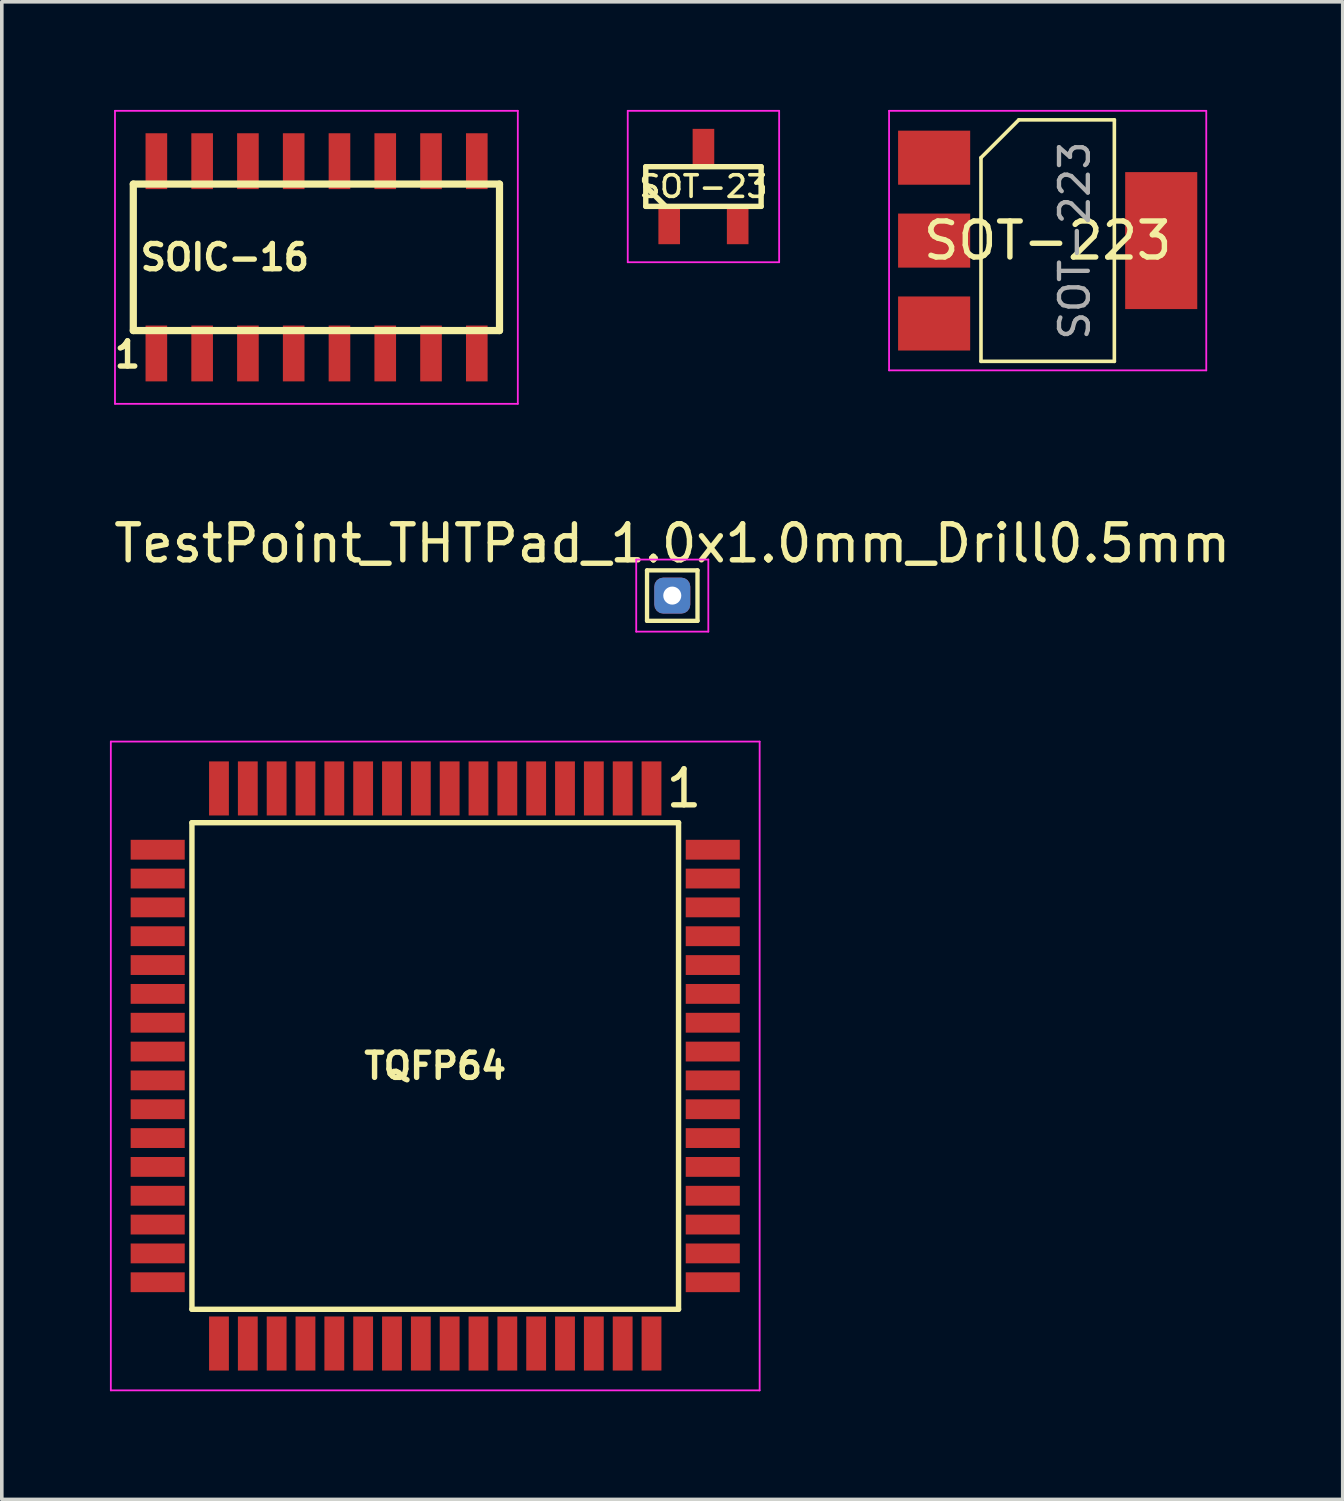
<source format=kicad_pcb>
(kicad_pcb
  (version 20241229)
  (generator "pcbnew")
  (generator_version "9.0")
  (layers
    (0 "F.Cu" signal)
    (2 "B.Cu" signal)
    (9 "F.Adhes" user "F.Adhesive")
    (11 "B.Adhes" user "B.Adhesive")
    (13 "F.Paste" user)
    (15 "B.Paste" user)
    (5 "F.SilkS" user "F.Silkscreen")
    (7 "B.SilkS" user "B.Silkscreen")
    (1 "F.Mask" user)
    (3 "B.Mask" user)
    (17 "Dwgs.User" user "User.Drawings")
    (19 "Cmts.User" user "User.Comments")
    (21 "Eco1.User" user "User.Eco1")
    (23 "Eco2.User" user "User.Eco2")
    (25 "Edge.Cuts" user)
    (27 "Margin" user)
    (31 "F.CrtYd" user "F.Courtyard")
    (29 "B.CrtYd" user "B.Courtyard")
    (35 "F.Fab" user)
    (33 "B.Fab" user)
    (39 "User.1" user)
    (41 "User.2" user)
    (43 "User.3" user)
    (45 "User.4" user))
  (footprint "TQFP64"
    (layer "F.Cu")
    (at 9.025 26.524)
    (property "Reference" "TQFP64" (at 0 0 0) (layer "F.SilkS") (effects (font (size 0.7 0.7) (thickness 0.15))))
    (attr through_hole)
    (fp_line (start -6.75 -6.75) (end -6.75 6.75) (stroke (width 0.15) (type solid)) (layer "F.SilkS"))
    (fp_line (start -6.75 6.75) (end 6.75 6.75) (stroke (width 0.15) (type solid)) (layer "F.SilkS"))
    (fp_line (start 6.75 -6.75) (end -6.75 -6.75) (stroke (width 0.15) (type solid)) (layer "F.SilkS"))
    (fp_line (start 6.75 6.75) (end 6.75 -6.75) (stroke (width 0.15) (type solid)) (layer "F.SilkS"))
    (fp_line (start -9 -9) (end 9 -9) (stroke (width 0.05) (type solid)) (layer "F.CrtYd"))
    (fp_line (start -9 9) (end -9 -9) (stroke (width 0.05) (type solid)) (layer "F.CrtYd"))
    (fp_line (start 9 -9) (end 9 9) (stroke (width 0.05) (type solid)) (layer "F.CrtYd"))
    (fp_line (start 9 9) (end -9 9) (stroke (width 0.05) (type solid)) (layer "F.CrtYd"))
    (fp_text user "1" (at 6.9 -7.7 180) (layer "F.SilkS") (effects (font (size 1 1) (thickness 0.15))))
    (pad "1" smd rect (at 6 -7.7) (size 0.55 1.5) (layers "F.Cu" "F.Mask"))
    (pad "2" smd rect (at 5.2 -7.7) (size 0.55 1.5) (layers "F.Cu" "F.Mask"))
    (pad "3" smd rect (at 4.4 -7.7) (size 0.55 1.5) (layers "F.Cu" "F.Mask"))
    (pad "4" smd rect (at 3.6 -7.7) (size 0.55 1.5) (layers "F.Cu" "F.Mask"))
    (pad "5" smd rect (at 2.8 -7.7) (size 0.55 1.5) (layers "F.Cu" "F.Mask"))
    (pad "6" smd rect (at 2 -7.7) (size 0.55 1.5) (layers "F.Cu" "F.Mask"))
    (pad "7" smd rect (at 1.2 -7.7) (size 0.55 1.5) (layers "F.Cu" "F.Mask"))
    (pad "8" smd rect (at 0.4 -7.7) (size 0.55 1.5) (layers "F.Cu" "F.Mask"))
    (pad "9" smd rect (at -0.4 -7.7) (size 0.55 1.5) (layers "F.Cu" "F.Mask"))
    (pad "10" smd rect (at -1.2 -7.7) (size 0.55 1.5) (layers "F.Cu" "F.Mask"))
    (pad "11" smd rect (at -2 -7.7) (size 0.55 1.5) (layers "F.Cu" "F.Mask"))
    (pad "12" smd rect (at -2.8 -7.7) (size 0.55 1.5) (layers "F.Cu" "F.Mask"))
    (pad "13" smd rect (at -3.6 -7.7) (size 0.55 1.5) (layers "F.Cu" "F.Mask"))
    (pad "14" smd rect (at -4.4 -7.7) (size 0.55 1.5) (layers "F.Cu" "F.Mask"))
    (pad "15" smd rect (at -5.2 -7.7) (size 0.55 1.5) (layers "F.Cu" "F.Mask"))
    (pad "16" smd rect (at -6 -7.7) (size 0.55 1.5) (layers "F.Cu" "F.Mask"))
    (pad "17" smd rect (at -7.7 -6 270) (size 0.55 1.5) (layers "F.Cu" "F.Mask"))
    (pad "18" smd rect (at -7.7 -5.2 270) (size 0.55 1.5) (layers "F.Cu" "F.Mask"))
    (pad "19" smd rect (at -7.7 -4.4 270) (size 0.55 1.5) (layers "F.Cu" "F.Mask"))
    (pad "20" smd rect (at -7.7 -3.6 270) (size 0.55 1.5) (layers "F.Cu" "F.Mask"))
    (pad "21" smd rect (at -7.7 -2.8 270) (size 0.55 1.5) (layers "F.Cu" "F.Mask"))
    (pad "22" smd rect (at -7.7 -2 270) (size 0.55 1.5) (layers "F.Cu" "F.Mask"))
    (pad "23" smd rect (at -7.7 -1.2 270) (size 0.55 1.5) (layers "F.Cu" "F.Mask"))
    (pad "24" smd rect (at -7.7 -0.4 270) (size 0.55 1.5) (layers "F.Cu" "F.Mask"))
    (pad "25" smd rect (at -7.7 0.4 270) (size 0.55 1.5) (layers "F.Cu" "F.Mask"))
    (pad "26" smd rect (at -7.7 1.2 270) (size 0.55 1.5) (layers "F.Cu" "F.Mask"))
    (pad "27" smd rect (at -7.7 2 270) (size 0.55 1.5) (layers "F.Cu" "F.Mask"))
    (pad "28" smd rect (at -7.7 2.8 270) (size 0.55 1.5) (layers "F.Cu" "F.Mask"))
    (pad "29" smd rect (at -7.7 3.6 270) (size 0.55 1.5) (layers "F.Cu" "F.Mask"))
    (pad "30" smd rect (at -7.7 4.4 270) (size 0.55 1.5) (layers "F.Cu" "F.Mask"))
    (pad "31" smd rect (at -7.7 5.2 270) (size 0.55 1.5) (layers "F.Cu" "F.Mask"))
    (pad "32" smd rect (at -7.7 6 270) (size 0.55 1.5) (layers "F.Cu" "F.Mask"))
    (pad "33" smd rect (at -6 7.7 180) (size 0.55 1.5) (layers "F.Cu" "F.Mask"))
    (pad "34" smd rect (at -5.2 7.7 180) (size 0.55 1.5) (layers "F.Cu" "F.Mask"))
    (pad "35" smd rect (at -4.4 7.7 180) (size 0.55 1.5) (layers "F.Cu" "F.Mask"))
    (pad "36" smd rect (at -3.6 7.7 180) (size 0.55 1.5) (layers "F.Cu" "F.Mask"))
    (pad "37" smd rect (at -2.8 7.7 180) (size 0.55 1.5) (layers "F.Cu" "F.Mask"))
    (pad "38" smd rect (at -2 7.7 180) (size 0.55 1.5) (layers "F.Cu" "F.Mask"))
    (pad "39" smd rect (at -1.2 7.7 180) (size 0.55 1.5) (layers "F.Cu" "F.Mask"))
    (pad "40" smd rect (at -0.4 7.7 180) (size 0.55 1.5) (layers "F.Cu" "F.Mask"))
    (pad "41" smd rect (at 0.4 7.7 180) (size 0.55 1.5) (layers "F.Cu" "F.Mask"))
    (pad "42" smd rect (at 1.2 7.7 180) (size 0.55 1.5) (layers "F.Cu" "F.Mask"))
    (pad "43" smd rect (at 2 7.7 180) (size 0.55 1.5) (layers "F.Cu" "F.Mask"))
    (pad "44" smd rect (at 2.8 7.7 180) (size 0.55 1.5) (layers "F.Cu" "F.Mask"))
    (pad "45" smd rect (at 3.6 7.7 180) (size 0.55 1.5) (layers "F.Cu" "F.Mask"))
    (pad "46" smd rect (at 4.4 7.7 180) (size 0.55 1.5) (layers "F.Cu" "F.Mask"))
    (pad "47" smd rect (at 5.2 7.7 180) (size 0.55 1.5) (layers "F.Cu" "F.Mask"))
    (pad "48" smd rect (at 6 7.7 180) (size 0.55 1.5) (layers "F.Cu" "F.Mask"))
    (pad "49" smd rect (at 7.7 6 270) (size 0.55 1.5) (layers "F.Cu" "F.Mask"))
    (pad "50" smd rect (at 7.7 5.2 270) (size 0.55 1.5) (layers "F.Cu" "F.Mask"))
    (pad "51" smd rect (at 7.7 4.4 270) (size 0.55 1.5) (layers "F.Cu" "F.Mask"))
    (pad "52" smd rect (at 7.7 3.6 270) (size 0.55 1.5) (layers "F.Cu" "F.Mask"))
    (pad "53" smd rect (at 7.7 2.8 270) (size 0.55 1.5) (layers "F.Cu" "F.Mask"))
    (pad "54" smd rect (at 7.7 2 270) (size 0.55 1.5) (layers "F.Cu" "F.Mask"))
    (pad "55" smd rect (at 7.7 1.2 270) (size 0.55 1.5) (layers "F.Cu" "F.Mask"))
    (pad "56" smd rect (at 7.7 0.4 270) (size 0.55 1.5) (layers "F.Cu" "F.Mask"))
    (pad "57" smd rect (at 7.7 -0.4 270) (size 0.55 1.5) (layers "F.Cu" "F.Mask"))
    (pad "58" smd rect (at 7.7 -1.2 270) (size 0.55 1.5) (layers "F.Cu" "F.Mask"))
    (pad "59" smd rect (at 7.7 -2 270) (size 0.55 1.5) (layers "F.Cu" "F.Mask"))
    (pad "60" smd rect (at 7.7 -2.8 270) (size 0.55 1.5) (layers "F.Cu" "F.Mask"))
    (pad "61" smd rect (at 7.7 -3.6 270) (size 0.55 1.5) (layers "F.Cu" "F.Mask"))
    (pad "62" smd rect (at 7.7 -4.4 270) (size 0.55 1.5) (layers "F.Cu" "F.Mask"))
    (pad "63" smd rect (at 7.7 -5.2 270) (size 0.55 1.5) (layers "F.Cu" "F.Mask"))
    (pad "64" smd rect (at 7.7 -6 270) (size 0.55 1.5) (layers "F.Cu" "F.Mask")))
  (footprint "SOIC-16"
    (layer "F.Cu")
    (at 5.728 4.089)
    (property "Reference" "SOIC-16" (at -2.54 0 0) (layer "F.SilkS") (effects (font (size 0.7 0.7) (thickness 0.15))))
    (attr through_hole)
    (fp_line (start -5.08 -2.032) (end -5.08 2.032) (stroke (width 0.2) (type solid)) (layer "F.SilkS"))
    (fp_line (start -5.08 -2.032) (end 5.08 -2.032) (stroke (width 0.2) (type solid)) (layer "F.SilkS"))
    (fp_line (start -5.08 2.032) (end 5.08 2.032) (stroke (width 0.2) (type solid)) (layer "F.SilkS"))
    (fp_line (start 5.08 -2.032) (end 5.08 2.032) (stroke (width 0.2) (type solid)) (layer "F.SilkS"))
    (fp_line (start -5.588 -4.064) (end -5.588 4.064) (stroke (width 0.05) (type solid)) (layer "F.CrtYd"))
    (fp_line (start -5.588 -4.064) (end 5.588 -4.064) (stroke (width 0.05) (type solid)) (layer "F.CrtYd"))
    (fp_line (start -5.588 4.064) (end 5.588 4.064) (stroke (width 0.05) (type solid)) (layer "F.CrtYd"))
    (fp_line (start 5.588 -4.064) (end 5.588 4.064) (stroke (width 0.05) (type solid)) (layer "F.CrtYd"))
    (fp_text user "1" (at -5.24 2.7 0) (layer "F.SilkS") (effects (font (size 0.7 0.7) (thickness 0.15))))
    (pad "1" smd rect (at -4.44 2.667) (size 0.6 1.55) (layers "F.Cu" "F.Mask"))
    (pad "2" smd rect (at -3.17 2.667) (size 0.6 1.55) (layers "F.Cu" "F.Mask"))
    (pad "3" smd rect (at -1.9 2.667) (size 0.6 1.55) (layers "F.Cu" "F.Mask"))
    (pad "4" smd rect (at -0.63 2.667) (size 0.6 1.55) (layers "F.Cu" "F.Mask"))
    (pad "5" smd rect (at 0.64 2.667) (size 0.6 1.55) (layers "F.Cu" "F.Mask"))
    (pad "6" smd rect (at 1.91 2.667) (size 0.6 1.55) (layers "F.Cu" "F.Mask"))
    (pad "7" smd rect (at 3.18 2.667) (size 0.6 1.55) (layers "F.Cu" "F.Mask"))
    (pad "8" smd rect (at 4.45 2.667) (size 0.6 1.55) (layers "F.Cu" "F.Mask"))
    (pad "9" smd rect (at 4.45 -2.667) (size 0.6 1.55) (layers "F.Cu" "F.Mask"))
    (pad "10" smd rect (at 3.18 -2.667) (size 0.6 1.55) (layers "F.Cu" "F.Mask"))
    (pad "11" smd rect (at 1.91 -2.667) (size 0.6 1.55) (layers "F.Cu" "F.Mask"))
    (pad "12" smd rect (at 0.64 -2.667) (size 0.6 1.55) (layers "F.Cu" "F.Mask"))
    (pad "13" smd rect (at -0.63 -2.667) (size 0.6 1.55) (layers "F.Cu" "F.Mask"))
    (pad "14" smd rect (at -1.9 -2.667) (size 0.6 1.55) (layers "F.Cu" "F.Mask"))
    (pad "15" smd rect (at -3.17 -2.667) (size 0.6 1.55) (layers "F.Cu" "F.Mask"))
    (pad "16" smd rect (at -4.44 -2.667) (size 0.6 1.55) (layers "F.Cu" "F.Mask")))
  (footprint "TestPoint_THTPad_1.0x1.0mm_Drill0.5mm"
    (layer "F.Cu")
    (at 15.601 13.474)
    (property "Reference" "TestPoint_THTPad_1.0x1.0mm_Drill0.5mm" (at 0 -1.448 0) (layer "F.SilkS") (effects (font (size 1 1) (thickness 0.15))))
    (attr exclude_from_pos_files exclude_from_bom)
    (fp_line (start -0.7 -0.7) (end 0.7 -0.7) (stroke (width 0.12) (type solid)) (layer "F.SilkS"))
    (fp_line (start -0.7 0.7) (end -0.7 -0.7) (stroke (width 0.12) (type solid)) (layer "F.SilkS"))
    (fp_line (start 0.7 -0.7) (end 0.7 0.7) (stroke (width 0.12) (type solid)) (layer "F.SilkS"))
    (fp_line (start 0.7 0.7) (end -0.7 0.7) (stroke (width 0.12) (type solid)) (layer "F.SilkS"))
    (fp_line (start -1 -1) (end -1 1) (stroke (width 0.05) (type solid)) (layer "F.CrtYd"))
    (fp_line (start -1 -1) (end 1 -1) (stroke (width 0.05) (type solid)) (layer "F.CrtYd"))
    (fp_line (start 1 1) (end -1 1) (stroke (width 0.05) (type solid)) (layer "F.CrtYd"))
    (fp_line (start 1 1) (end 1 -1) (stroke (width 0.05) (type solid)) (layer "F.CrtYd"))
    (pad "1" thru_hole roundrect (at 0 0) (size 1 1) (drill 0.5) (layers "*.Cu" "*.Mask") (roundrect_rratio 0.25)))
  (footprint "SOT-23"
    (layer "F.Cu")
    (at 16.466 2.125)
    (property "Reference" "SOT-23" (at 0 0 0) (layer "F.SilkS") (effects (font (size 0.6 0.6) (thickness 0.1))))
    (attr through_hole)
    (fp_line (start -1.6 -0.55) (end -1.6 0.55) (stroke (width 0.15) (type solid)) (layer "F.SilkS"))
    (fp_line (start -1.6 -0.55) (end 1.6 -0.55) (stroke (width 0.15) (type solid)) (layer "F.SilkS"))
    (fp_line (start -1.6 0) (end -1.05 0.55) (stroke (width 0.15) (type solid)) (layer "F.SilkS"))
    (fp_line (start -1.6 0.55) (end 1.6 0.55) (stroke (width 0.15) (type solid)) (layer "F.SilkS"))
    (fp_line (start 1.6 -0.55) (end 1.6 0.55) (stroke (width 0.15) (type solid)) (layer "F.SilkS"))
    (fp_line (start -2.1 -2.1) (end -2.1 2.1) (stroke (width 0.05) (type solid)) (layer "F.CrtYd"))
    (fp_line (start -2.1 -2.1) (end 2.1 -2.1) (stroke (width 0.05) (type solid)) (layer "F.CrtYd"))
    (fp_line (start -2.1 2.1) (end 2.1 2.1) (stroke (width 0.05) (type solid)) (layer "F.CrtYd"))
    (fp_line (start 2.1 -2.1) (end 2.1 2.1) (stroke (width 0.05) (type solid)) (layer "F.CrtYd"))
    (pad "1" smd rect (at -0.95 1.1) (size 0.6 1) (layers "F.Cu" "F.Mask"))
    (pad "2" smd rect (at 0.95 1.1) (size 0.6 1) (layers "F.Cu" "F.Mask"))
    (pad "3" smd rect (at 0 -1.1) (size 0.6 1) (layers "F.Cu" "F.Mask")))
  (footprint "SOT-223"
    (layer "F.Cu")
    (at 26.016 3.625)
    (property "Reference" "SOT-223" (at 0 0 0) (layer "F.SilkS") (effects (font (size 1 1) (thickness 0.15))))
    (attr smd)
    (fp_line (start -1.85 -2.3) (end -1.85 3.35) (stroke (width 0.1) (type solid)) (layer "F.SilkS"))
    (fp_line (start -1.85 -2.3) (end -0.8 -3.35) (stroke (width 0.1) (type solid)) (layer "F.SilkS"))
    (fp_line (start -1.85 3.35) (end 1.85 3.35) (stroke (width 0.1) (type solid)) (layer "F.SilkS"))
    (fp_line (start -0.8 -3.35) (end 1.85 -3.35) (stroke (width 0.1) (type solid)) (layer "F.SilkS"))
    (fp_line (start 1.85 -3.35) (end 1.85 3.35) (stroke (width 0.1) (type solid)) (layer "F.SilkS"))
    (fp_line (start -4.4 -3.6) (end -4.4 3.6) (stroke (width 0.05) (type solid)) (layer "F.CrtYd"))
    (fp_line (start -4.4 3.6) (end 4.4 3.6) (stroke (width 0.05) (type solid)) (layer "F.CrtYd"))
    (fp_line (start 4.4 -3.6) (end -4.4 -3.6) (stroke (width 0.05) (type solid)) (layer "F.CrtYd"))
    (fp_line (start 4.4 3.6) (end 4.4 -3.6) (stroke (width 0.05) (type solid)) (layer "F.CrtYd"))
    (fp_text user "${REFERENCE}" (at 0.75 0 270) (layer "F.Fab") (effects (font (size 0.8 0.8) (thickness 0.12))))
    (pad "1" smd rect (at -3.15 -2.3) (size 2 1.5) (layers "F.Cu" "F.Mask"))
    (pad "2" smd rect (at -3.15 0) (size 2 1.5) (layers "F.Cu" "F.Mask"))
    (pad "3" smd rect (at -3.15 2.3) (size 2 1.5) (layers "F.Cu" "F.Mask"))
    (pad "4" smd rect (at 3.15 0) (size 2 3.8) (layers "F.Cu" "F.Mask")))
  (gr_rect
    (start -3 -3)
    (end 34.202 38.549)
    (stroke (width 0.1) (type default))
    (fill no)
    (layer "Edge.Cuts")))
</source>
